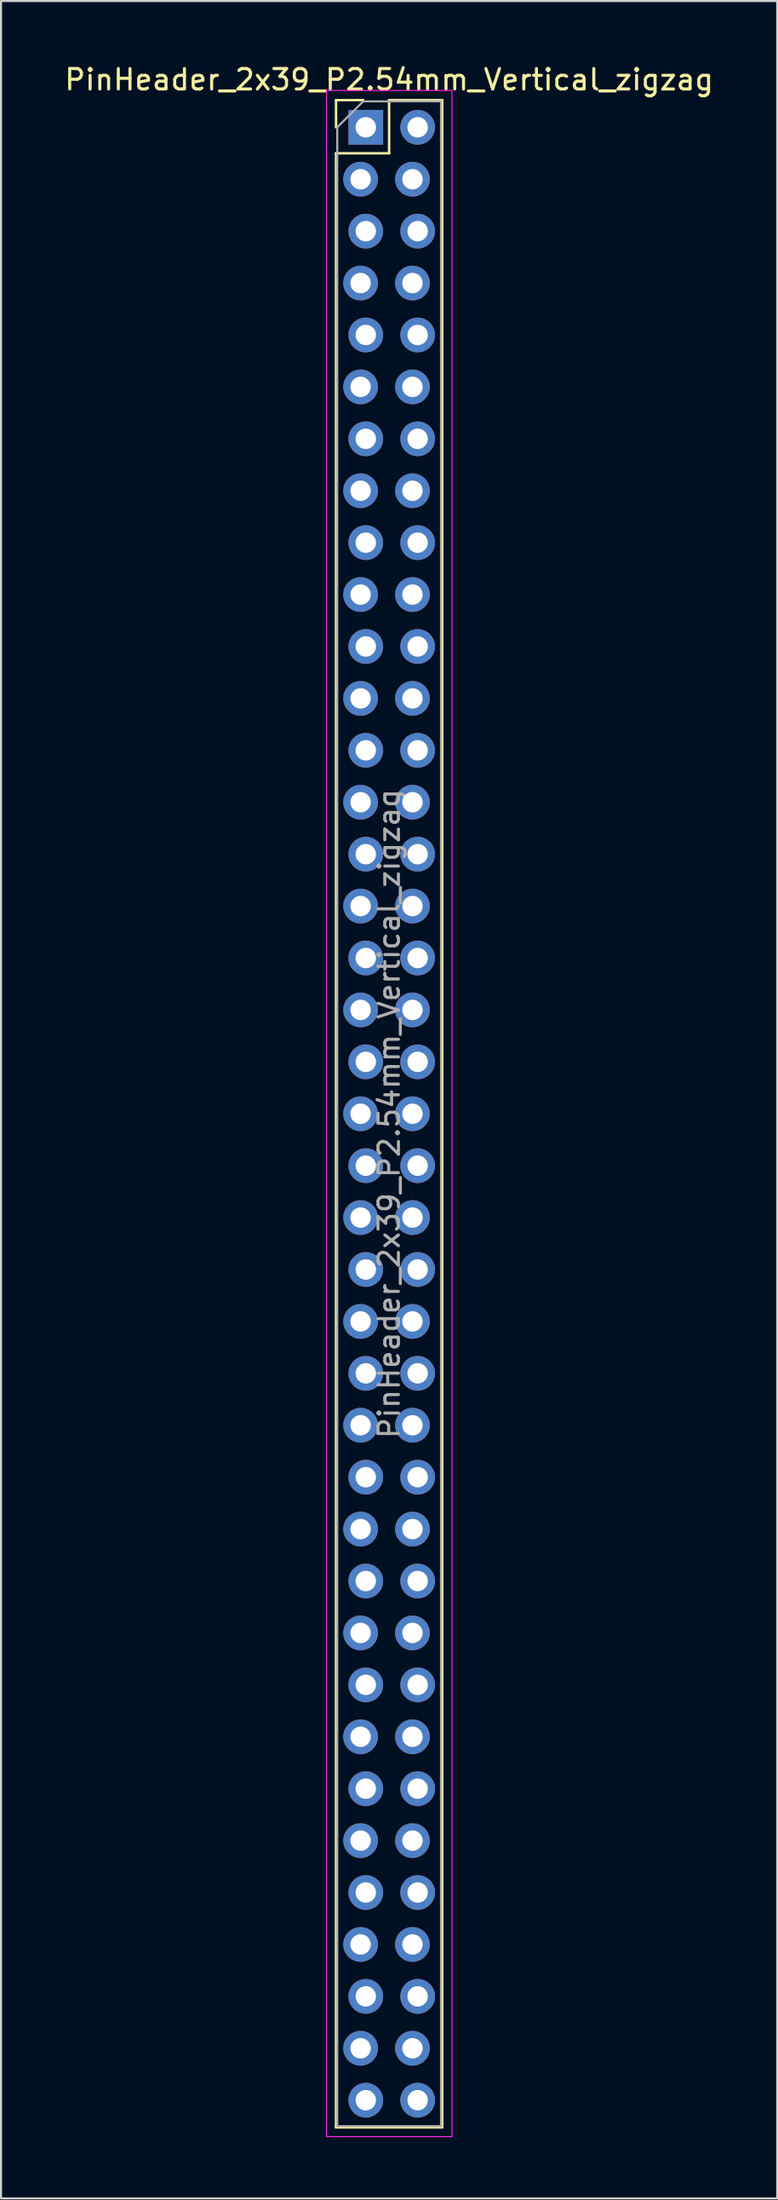
<source format=kicad_pcb>
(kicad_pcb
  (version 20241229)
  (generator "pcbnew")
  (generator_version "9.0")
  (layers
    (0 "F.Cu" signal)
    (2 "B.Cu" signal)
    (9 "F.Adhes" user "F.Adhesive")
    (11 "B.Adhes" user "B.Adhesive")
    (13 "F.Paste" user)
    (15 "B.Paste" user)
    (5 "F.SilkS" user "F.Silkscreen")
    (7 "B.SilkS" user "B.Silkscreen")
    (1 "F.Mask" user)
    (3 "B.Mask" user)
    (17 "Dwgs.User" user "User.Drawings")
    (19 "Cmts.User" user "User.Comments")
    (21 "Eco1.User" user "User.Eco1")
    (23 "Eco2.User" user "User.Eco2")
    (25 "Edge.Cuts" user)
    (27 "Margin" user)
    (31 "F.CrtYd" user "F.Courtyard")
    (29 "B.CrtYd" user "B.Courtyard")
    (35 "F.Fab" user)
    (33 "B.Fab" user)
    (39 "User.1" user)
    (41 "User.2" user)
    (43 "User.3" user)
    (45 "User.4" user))
  (footprint "PinHeader_2x39_P2.54mm_Vertical_zigzag"
    (layer "F.Cu")
    (at 14.736 3.178)
    (property "Reference" "PinHeader_2x39_P2.54mm_Vertical_zigzag" (at 1.27 -2.33 0) (layer "F.SilkS") (effects (font (size 1 1) (thickness 0.15))))
    (attr through_hole)
    (fp_line (start -1.33 -1.33) (end 0 -1.33) (stroke (width 0.12) (type solid)) (layer "F.SilkS"))
    (fp_line (start -1.33 0) (end -1.33 -1.33) (stroke (width 0.12) (type solid)) (layer "F.SilkS"))
    (fp_line (start -1.33 1.27) (end -1.33 97.85) (stroke (width 0.12) (type solid)) (layer "F.SilkS"))
    (fp_line (start -1.33 1.27) (end 1.27 1.27) (stroke (width 0.12) (type solid)) (layer "F.SilkS"))
    (fp_line (start -1.33 97.85) (end 3.87 97.85) (stroke (width 0.12) (type solid)) (layer "F.SilkS"))
    (fp_line (start 1.27 -1.33) (end 3.87 -1.33) (stroke (width 0.12) (type solid)) (layer "F.SilkS"))
    (fp_line (start 1.27 1.27) (end 1.27 -1.33) (stroke (width 0.12) (type solid)) (layer "F.SilkS"))
    (fp_line (start 3.87 -1.33) (end 3.87 97.85) (stroke (width 0.12) (type solid)) (layer "F.SilkS"))
    (fp_line (start -1.8 -1.8) (end -1.8 98.3) (stroke (width 0.05) (type solid)) (layer "F.CrtYd"))
    (fp_line (start -1.8 98.3) (end 4.35 98.3) (stroke (width 0.05) (type solid)) (layer "F.CrtYd"))
    (fp_line (start 4.35 -1.8) (end -1.8 -1.8) (stroke (width 0.05) (type solid)) (layer "F.CrtYd"))
    (fp_line (start 4.35 98.3) (end 4.35 -1.8) (stroke (width 0.05) (type solid)) (layer "F.CrtYd"))
    (fp_line (start -1.27 0) (end 0 -1.27) (stroke (width 0.1) (type solid)) (layer "F.Fab"))
    (fp_line (start -1.27 97.79) (end -1.27 0) (stroke (width 0.1) (type solid)) (layer "F.Fab"))
    (fp_line (start 0 -1.27) (end 3.81 -1.27) (stroke (width 0.1) (type solid)) (layer "F.Fab"))
    (fp_line (start 3.81 -1.27) (end 3.81 97.79) (stroke (width 0.1) (type solid)) (layer "F.Fab"))
    (fp_line (start 3.81 97.79) (end -1.27 97.79) (stroke (width 0.1) (type solid)) (layer "F.Fab"))
    (fp_text user "${REFERENCE}" (at 1.27 48.26 90) (layer "F.Fab") (effects (font (size 1 1) (thickness 0.15))))
    (pad "1" thru_hole rect (at 0.127 0) (size 1.7 1.7) (drill 1) (layers "*.Cu" "*.Mask"))
    (pad "2" thru_hole oval (at 2.667 0) (size 1.7 1.7) (drill 1) (layers "*.Cu" "*.Mask"))
    (pad "3" thru_hole oval (at -0.127 2.54) (size 1.7 1.7) (drill 1) (layers "*.Cu" "*.Mask"))
    (pad "4" thru_hole oval (at 2.413 2.54) (size 1.7 1.7) (drill 1) (layers "*.Cu" "*.Mask"))
    (pad "5" thru_hole oval (at 0.127 5.08) (size 1.7 1.7) (drill 1) (layers "*.Cu" "*.Mask"))
    (pad "6" thru_hole oval (at 2.667 5.08) (size 1.7 1.7) (drill 1) (layers "*.Cu" "*.Mask"))
    (pad "7" thru_hole oval (at -0.127 7.62) (size 1.7 1.7) (drill 1) (layers "*.Cu" "*.Mask"))
    (pad "8" thru_hole oval (at 2.413 7.62) (size 1.7 1.7) (drill 1) (layers "*.Cu" "*.Mask"))
    (pad "9" thru_hole oval (at 0.127 10.16) (size 1.7 1.7) (drill 1) (layers "*.Cu" "*.Mask"))
    (pad "10" thru_hole oval (at 2.667 10.16) (size 1.7 1.7) (drill 1) (layers "*.Cu" "*.Mask"))
    (pad "11" thru_hole oval (at -0.127 12.7) (size 1.7 1.7) (drill 1) (layers "*.Cu" "*.Mask"))
    (pad "12" thru_hole oval (at 2.413 12.7) (size 1.7 1.7) (drill 1) (layers "*.Cu" "*.Mask"))
    (pad "13" thru_hole oval (at 0.127 15.24) (size 1.7 1.7) (drill 1) (layers "*.Cu" "*.Mask"))
    (pad "14" thru_hole oval (at 2.667 15.24) (size 1.7 1.7) (drill 1) (layers "*.Cu" "*.Mask"))
    (pad "15" thru_hole oval (at -0.127 17.78) (size 1.7 1.7) (drill 1) (layers "*.Cu" "*.Mask"))
    (pad "16" thru_hole oval (at 2.413 17.78) (size 1.7 1.7) (drill 1) (layers "*.Cu" "*.Mask"))
    (pad "17" thru_hole oval (at 0.127 20.32) (size 1.7 1.7) (drill 1) (layers "*.Cu" "*.Mask"))
    (pad "18" thru_hole oval (at 2.667 20.32) (size 1.7 1.7) (drill 1) (layers "*.Cu" "*.Mask"))
    (pad "19" thru_hole oval (at -0.127 22.86) (size 1.7 1.7) (drill 1) (layers "*.Cu" "*.Mask"))
    (pad "20" thru_hole oval (at 2.413 22.86) (size 1.7 1.7) (drill 1) (layers "*.Cu" "*.Mask"))
    (pad "21" thru_hole oval (at 0.127 25.4) (size 1.7 1.7) (drill 1) (layers "*.Cu" "*.Mask"))
    (pad "22" thru_hole oval (at 2.667 25.4) (size 1.7 1.7) (drill 1) (layers "*.Cu" "*.Mask"))
    (pad "23" thru_hole oval (at -0.127 27.94) (size 1.7 1.7) (drill 1) (layers "*.Cu" "*.Mask"))
    (pad "24" thru_hole oval (at 2.413 27.94) (size 1.7 1.7) (drill 1) (layers "*.Cu" "*.Mask"))
    (pad "25" thru_hole oval (at 0.127 30.48) (size 1.7 1.7) (drill 1) (layers "*.Cu" "*.Mask"))
    (pad "26" thru_hole oval (at 2.667 30.48) (size 1.7 1.7) (drill 1) (layers "*.Cu" "*.Mask"))
    (pad "27" thru_hole oval (at -0.127 33.02) (size 1.7 1.7) (drill 1) (layers "*.Cu" "*.Mask"))
    (pad "28" thru_hole oval (at 2.413 33.02) (size 1.7 1.7) (drill 1) (layers "*.Cu" "*.Mask"))
    (pad "29" thru_hole oval (at 0.127 35.56) (size 1.7 1.7) (drill 1) (layers "*.Cu" "*.Mask"))
    (pad "30" thru_hole oval (at 2.667 35.56) (size 1.7 1.7) (drill 1) (layers "*.Cu" "*.Mask"))
    (pad "31" thru_hole oval (at -0.127 38.1) (size 1.7 1.7) (drill 1) (layers "*.Cu" "*.Mask"))
    (pad "32" thru_hole oval (at 2.413 38.1) (size 1.7 1.7) (drill 1) (layers "*.Cu" "*.Mask"))
    (pad "33" thru_hole oval (at 0.127 40.64) (size 1.7 1.7) (drill 1) (layers "*.Cu" "*.Mask"))
    (pad "34" thru_hole oval (at 2.667 40.64) (size 1.7 1.7) (drill 1) (layers "*.Cu" "*.Mask"))
    (pad "35" thru_hole oval (at -0.127 43.18) (size 1.7 1.7) (drill 1) (layers "*.Cu" "*.Mask"))
    (pad "36" thru_hole oval (at 2.413 43.18) (size 1.7 1.7) (drill 1) (layers "*.Cu" "*.Mask"))
    (pad "37" thru_hole oval (at 0.127 45.72) (size 1.7 1.7) (drill 1) (layers "*.Cu" "*.Mask"))
    (pad "38" thru_hole oval (at 2.667 45.72) (size 1.7 1.7) (drill 1) (layers "*.Cu" "*.Mask"))
    (pad "39" thru_hole oval (at -0.127 48.26) (size 1.7 1.7) (drill 1) (layers "*.Cu" "*.Mask"))
    (pad "40" thru_hole oval (at 2.413 48.26) (size 1.7 1.7) (drill 1) (layers "*.Cu" "*.Mask"))
    (pad "41" thru_hole oval (at 0.127 50.8) (size 1.7 1.7) (drill 1) (layers "*.Cu" "*.Mask"))
    (pad "42" thru_hole oval (at 2.667 50.8) (size 1.7 1.7) (drill 1) (layers "*.Cu" "*.Mask"))
    (pad "43" thru_hole oval (at -0.127 53.34) (size 1.7 1.7) (drill 1) (layers "*.Cu" "*.Mask"))
    (pad "44" thru_hole oval (at 2.413 53.34) (size 1.7 1.7) (drill 1) (layers "*.Cu" "*.Mask"))
    (pad "45" thru_hole oval (at 0.127 55.88) (size 1.7 1.7) (drill 1) (layers "*.Cu" "*.Mask"))
    (pad "46" thru_hole oval (at 2.667 55.88) (size 1.7 1.7) (drill 1) (layers "*.Cu" "*.Mask"))
    (pad "47" thru_hole oval (at -0.127 58.42) (size 1.7 1.7) (drill 1) (layers "*.Cu" "*.Mask"))
    (pad "48" thru_hole oval (at 2.413 58.42) (size 1.7 1.7) (drill 1) (layers "*.Cu" "*.Mask"))
    (pad "49" thru_hole oval (at 0.127 60.96) (size 1.7 1.7) (drill 1) (layers "*.Cu" "*.Mask"))
    (pad "50" thru_hole oval (at 2.667 60.96) (size 1.7 1.7) (drill 1) (layers "*.Cu" "*.Mask"))
    (pad "51" thru_hole oval (at -0.127 63.5) (size 1.7 1.7) (drill 1) (layers "*.Cu" "*.Mask"))
    (pad "52" thru_hole oval (at 2.413 63.5) (size 1.7 1.7) (drill 1) (layers "*.Cu" "*.Mask"))
    (pad "53" thru_hole oval (at 0.127 66.04) (size 1.7 1.7) (drill 1) (layers "*.Cu" "*.Mask"))
    (pad "54" thru_hole oval (at 2.667 66.04) (size 1.7 1.7) (drill 1) (layers "*.Cu" "*.Mask"))
    (pad "55" thru_hole oval (at -0.127 68.58) (size 1.7 1.7) (drill 1) (layers "*.Cu" "*.Mask"))
    (pad "56" thru_hole oval (at 2.413 68.58) (size 1.7 1.7) (drill 1) (layers "*.Cu" "*.Mask"))
    (pad "57" thru_hole oval (at 0.127 71.12) (size 1.7 1.7) (drill 1) (layers "*.Cu" "*.Mask"))
    (pad "58" thru_hole oval (at 2.667 71.12) (size 1.7 1.7) (drill 1) (layers "*.Cu" "*.Mask"))
    (pad "59" thru_hole oval (at -0.127 73.66) (size 1.7 1.7) (drill 1) (layers "*.Cu" "*.Mask"))
    (pad "60" thru_hole oval (at 2.413 73.66) (size 1.7 1.7) (drill 1) (layers "*.Cu" "*.Mask"))
    (pad "61" thru_hole oval (at 0.127 76.2) (size 1.7 1.7) (drill 1) (layers "*.Cu" "*.Mask"))
    (pad "62" thru_hole oval (at 2.667 76.2) (size 1.7 1.7) (drill 1) (layers "*.Cu" "*.Mask"))
    (pad "63" thru_hole oval (at -0.127 78.74) (size 1.7 1.7) (drill 1) (layers "*.Cu" "*.Mask"))
    (pad "64" thru_hole oval (at 2.413 78.74) (size 1.7 1.7) (drill 1) (layers "*.Cu" "*.Mask"))
    (pad "65" thru_hole oval (at 0.127 81.28) (size 1.7 1.7) (drill 1) (layers "*.Cu" "*.Mask"))
    (pad "66" thru_hole oval (at 2.667 81.28) (size 1.7 1.7) (drill 1) (layers "*.Cu" "*.Mask"))
    (pad "67" thru_hole oval (at -0.127 83.82) (size 1.7 1.7) (drill 1) (layers "*.Cu" "*.Mask"))
    (pad "68" thru_hole oval (at 2.413 83.82) (size 1.7 1.7) (drill 1) (layers "*.Cu" "*.Mask"))
    (pad "69" thru_hole oval (at 0.127 86.36) (size 1.7 1.7) (drill 1) (layers "*.Cu" "*.Mask"))
    (pad "70" thru_hole oval (at 2.667 86.36) (size 1.7 1.7) (drill 1) (layers "*.Cu" "*.Mask"))
    (pad "71" thru_hole oval (at -0.127 88.9) (size 1.7 1.7) (drill 1) (layers "*.Cu" "*.Mask"))
    (pad "72" thru_hole oval (at 2.413 88.9) (size 1.7 1.7) (drill 1) (layers "*.Cu" "*.Mask"))
    (pad "73" thru_hole oval (at 0.127 91.44) (size 1.7 1.7) (drill 1) (layers "*.Cu" "*.Mask"))
    (pad "74" thru_hole oval (at 2.667 91.44) (size 1.7 1.7) (drill 1) (layers "*.Cu" "*.Mask"))
    (pad "75" thru_hole oval (at -0.127 93.98) (size 1.7 1.7) (drill 1) (layers "*.Cu" "*.Mask"))
    (pad "76" thru_hole oval (at 2.413 93.98) (size 1.7 1.7) (drill 1) (layers "*.Cu" "*.Mask"))
    (pad "77" thru_hole oval (at 0.127 96.52) (size 1.7 1.7) (drill 1) (layers "*.Cu" "*.Mask"))
    (pad "78" thru_hole oval (at 2.667 96.52) (size 1.7 1.7) (drill 1) (layers "*.Cu" "*.Mask")))
  (gr_rect
    (start -3 -3)
    (end 35.012 104.503)
    (stroke (width 0.1) (type default))
    (fill no)
    (layer "Edge.Cuts")))
</source>
